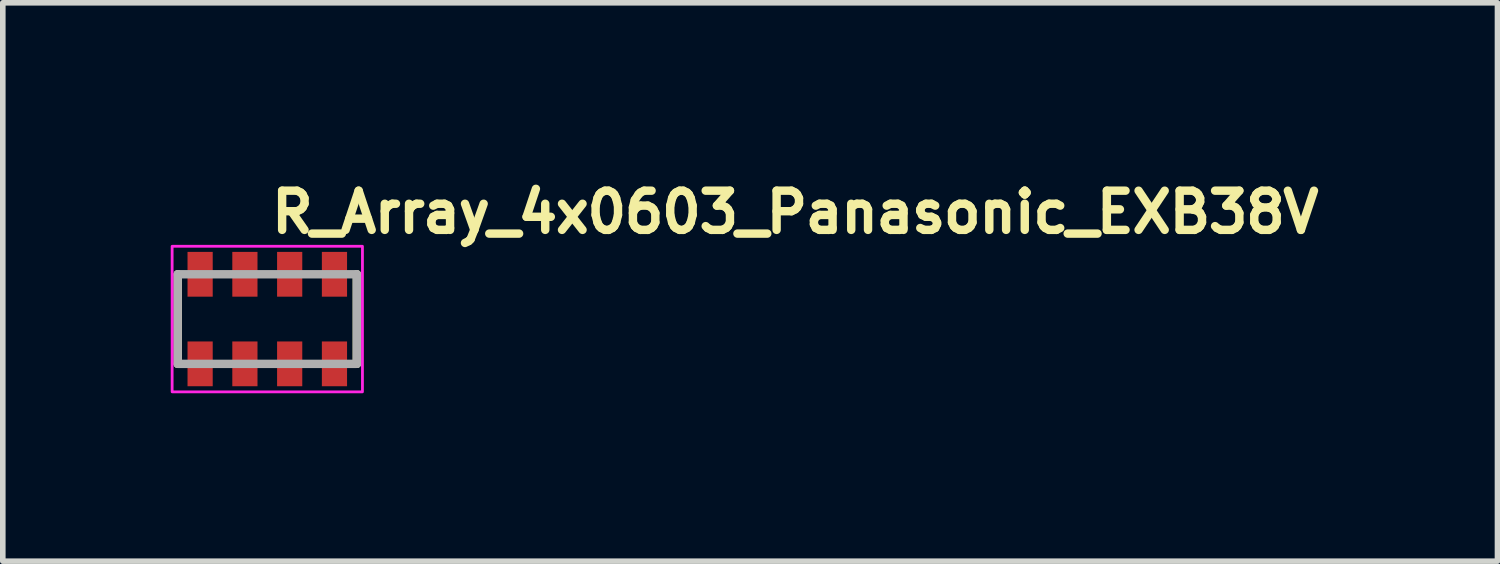
<source format=kicad_pcb>
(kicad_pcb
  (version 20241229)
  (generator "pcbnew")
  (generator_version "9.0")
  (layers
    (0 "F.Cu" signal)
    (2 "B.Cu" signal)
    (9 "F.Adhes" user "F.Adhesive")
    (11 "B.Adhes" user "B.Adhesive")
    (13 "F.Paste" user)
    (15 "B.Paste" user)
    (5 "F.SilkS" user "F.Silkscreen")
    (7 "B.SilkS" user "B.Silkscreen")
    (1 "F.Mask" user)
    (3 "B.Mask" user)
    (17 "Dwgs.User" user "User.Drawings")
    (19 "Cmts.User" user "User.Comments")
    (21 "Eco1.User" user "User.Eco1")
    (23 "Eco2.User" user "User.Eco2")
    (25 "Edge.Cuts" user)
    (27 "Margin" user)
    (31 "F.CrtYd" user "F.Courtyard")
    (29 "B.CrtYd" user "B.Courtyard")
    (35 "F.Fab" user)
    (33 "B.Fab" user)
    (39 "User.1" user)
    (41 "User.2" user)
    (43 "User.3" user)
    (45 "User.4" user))
  (footprint "R_Array_4x0603_Panasonic_EXB38V"
    (layer "F.Cu")
    (at 1.725 2.65)
    (property "Reference" "R_Array_4x0603_Panasonic_EXB38V" (at 0 -1.5 0) (layer "F.SilkS") (effects (font (size 0.7 0.7) (thickness 0.15)) (justify left bottom)))
    (attr smd)
    (fp_line (start -1.6 -0.8) (end -1.6 0.8) (stroke (width 0.15) (type solid)) (layer "F.SilkS"))
    (fp_line (start 1.6 -0.8) (end 1.6 0.8) (stroke (width 0.15) (type solid)) (layer "F.SilkS"))
    (fp_rect (start -1.7 -1.3) (end 1.7 1.3) (stroke (width 0.05) (type solid)) (fill no) (layer "F.CrtYd"))
    (fp_line (start -1.6 -0.8) (end 1.6 -0.8) (stroke (width 0.15) (type solid)) (layer "F.Fab"))
    (fp_line (start -1.6 0.8) (end -1.6 -0.8) (stroke (width 0.15) (type solid)) (layer "F.Fab"))
    (fp_line (start 1.6 -0.8) (end 1.6 0.8) (stroke (width 0.15) (type solid)) (layer "F.Fab"))
    (fp_line (start 1.6 0.8) (end -1.6 0.8) (stroke (width 0.15) (type solid)) (layer "F.Fab"))
    (fp_rect (start -1.6 -0.8) (end 1.6 0.8) (stroke (width 0.1) (type solid)) (fill no) (layer "User.5"))
    (fp_line (start -1.6 -0.8) (end -1.5 -0.8) (stroke (width 0.02) (type solid)) (layer "User.9"))
    (fp_line (start -1.6 -0.5) (end -1.6 -0.8) (stroke (width 0.02) (type solid)) (layer "User.9"))
    (fp_line (start -1.6 -0.5) (end 1.6 -0.5) (stroke (width 0.02) (type solid)) (layer "User.9"))
    (fp_line (start -1.6 0.5) (end -1.6 -0.5) (stroke (width 0.02) (type solid)) (layer "User.9"))
    (fp_line (start -1.6 0.8) (end -1.6 0.5) (stroke (width 0.02) (type solid)) (layer "User.9"))
    (fp_line (start -1.6 0.8) (end -1.5 0.8) (stroke (width 0.02) (type solid)) (layer "User.9"))
    (fp_line (start -1.5 -0.8) (end -1.5 -0.5) (stroke (width 0.02) (type solid)) (layer "User.9"))
    (fp_line (start -1.5 0.5) (end -1.5 0.8) (stroke (width 0.02) (type solid)) (layer "User.9"))
    (fp_line (start -1.5 0.8) (end -1.36 0.8) (stroke (width 0.02) (type solid)) (layer "User.9"))
    (fp_line (start -1.36 -0.8) (end -1.5 -0.8) (stroke (width 0.02) (type solid)) (layer "User.9"))
    (fp_line (start -1.36 -0.795) (end -1.36 -0.8) (stroke (width 0.02) (type solid)) (layer "User.9"))
    (fp_line (start -1.36 -0.789) (end -1.36 -0.795) (stroke (width 0.02) (type solid)) (layer "User.9"))
    (fp_line (start -1.36 0.789) (end -1.359 0.779) (stroke (width 0.02) (type solid)) (layer "User.9"))
    (fp_line (start -1.36 0.8) (end -1.36 0.789) (stroke (width 0.02) (type solid)) (layer "User.9"))
    (fp_line (start -1.359 -0.784) (end -1.36 -0.789) (stroke (width 0.02) (type solid)) (layer "User.9"))
    (fp_line (start -1.359 -0.779) (end -1.359 -0.784) (stroke (width 0.02) (type solid)) (layer "User.9"))
    (fp_line (start -1.359 0.779) (end -1.357 0.768) (stroke (width 0.02) (type solid)) (layer "User.9"))
    (fp_line (start -1.358 -0.774) (end -1.359 -0.779) (stroke (width 0.02) (type solid)) (layer "User.9"))
    (fp_line (start -1.357 -0.768) (end -1.358 -0.774) (stroke (width 0.02) (type solid)) (layer "User.9"))
    (fp_line (start -1.357 0.768) (end -1.354 0.758) (stroke (width 0.02) (type solid)) (layer "User.9"))
    (fp_line (start -1.356 -0.763) (end -1.357 -0.768) (stroke (width 0.02) (type solid)) (layer "User.9"))
    (fp_line (start -1.354 -0.758) (end -1.356 -0.763) (stroke (width 0.02) (type solid)) (layer "User.9"))
    (fp_line (start -1.354 0.758) (end -1.351 0.748) (stroke (width 0.02) (type solid)) (layer "User.9"))
    (fp_line (start -1.353 -0.753) (end -1.354 -0.758) (stroke (width 0.02) (type solid)) (layer "User.9"))
    (fp_line (start -1.351 -0.748) (end -1.353 -0.753) (stroke (width 0.02) (type solid)) (layer "User.9"))
    (fp_line (start -1.351 0.748) (end -1.348 0.739) (stroke (width 0.02) (type solid)) (layer "User.9"))
    (fp_line (start -1.35 -0.743) (end -1.351 -0.748) (stroke (width 0.02) (type solid)) (layer "User.9"))
    (fp_line (start -1.348 -0.739) (end -1.35 -0.743) (stroke (width 0.02) (type solid)) (layer "User.9"))
    (fp_line (start -1.348 0.739) (end -1.343 0.729) (stroke (width 0.02) (type solid)) (layer "User.9"))
    (fp_line (start -1.346 -0.734) (end -1.348 -0.739) (stroke (width 0.02) (type solid)) (layer "User.9"))
    (fp_line (start -1.343 -0.729) (end -1.346 -0.734) (stroke (width 0.02) (type solid)) (layer "User.9"))
    (fp_line (start -1.343 0.729) (end -1.339 0.72) (stroke (width 0.02) (type solid)) (layer "User.9"))
    (fp_line (start -1.341 -0.725) (end -1.343 -0.729) (stroke (width 0.02) (type solid)) (layer "User.9"))
    (fp_line (start -1.339 -0.72) (end -1.341 -0.725) (stroke (width 0.02) (type solid)) (layer "User.9"))
    (fp_line (start -1.339 0.72) (end -1.333 0.711) (stroke (width 0.02) (type solid)) (layer "User.9"))
    (fp_line (start -1.336 -0.716) (end -1.339 -0.72) (stroke (width 0.02) (type solid)) (layer "User.9"))
    (fp_line (start -1.333 -0.711) (end -1.336 -0.716) (stroke (width 0.02) (type solid)) (layer "User.9"))
    (fp_line (start -1.333 0.711) (end -1.327 0.703) (stroke (width 0.02) (type solid)) (layer "User.9"))
    (fp_line (start -1.33 -0.707) (end -1.333 -0.711) (stroke (width 0.02) (type solid)) (layer "User.9"))
    (fp_line (start -1.327 -0.703) (end -1.33 -0.707) (stroke (width 0.02) (type solid)) (layer "User.9"))
    (fp_line (start -1.327 0.703) (end -1.32 0.695) (stroke (width 0.02) (type solid)) (layer "User.9"))
    (fp_line (start -1.324 -0.699) (end -1.327 -0.703) (stroke (width 0.02) (type solid)) (layer "User.9"))
    (fp_line (start -1.32 -0.695) (end -1.324 -0.699) (stroke (width 0.02) (type solid)) (layer "User.9"))
    (fp_line (start -1.32 0.695) (end -1.313 0.687) (stroke (width 0.02) (type solid)) (layer "User.9"))
    (fp_line (start -1.317 -0.691) (end -1.32 -0.695) (stroke (width 0.02) (type solid)) (layer "User.9"))
    (fp_line (start -1.313 -0.687) (end -1.317 -0.691) (stroke (width 0.02) (type solid)) (layer "User.9"))
    (fp_line (start -1.313 0.687) (end -1.306 0.68) (stroke (width 0.02) (type solid)) (layer "User.9"))
    (fp_line (start -1.31 -0.683) (end -1.313 -0.687) (stroke (width 0.02) (type solid)) (layer "User.9"))
    (fp_line (start -1.306 -0.68) (end -1.31 -0.683) (stroke (width 0.02) (type solid)) (layer "User.9"))
    (fp_line (start -1.306 0.68) (end -1.298 0.673) (stroke (width 0.02) (type solid)) (layer "User.9"))
    (fp_line (start -1.302 -0.677) (end -1.306 -0.68) (stroke (width 0.02) (type solid)) (layer "User.9"))
    (fp_line (start -1.298 -0.673) (end -1.302 -0.677) (stroke (width 0.02) (type solid)) (layer "User.9"))
    (fp_line (start -1.298 0.673) (end -1.289 0.667) (stroke (width 0.02) (type solid)) (layer "User.9"))
    (fp_line (start -1.293 -0.67) (end -1.298 -0.673) (stroke (width 0.02) (type solid)) (layer "User.9"))
    (fp_line (start -1.289 -0.667) (end -1.293 -0.67) (stroke (width 0.02) (type solid)) (layer "User.9"))
    (fp_line (start -1.289 0.667) (end -1.28 0.661) (stroke (width 0.02) (type solid)) (layer "User.9"))
    (fp_line (start -1.285 -0.664) (end -1.289 -0.667) (stroke (width 0.02) (type solid)) (layer "User.9"))
    (fp_line (start -1.28 -0.661) (end -1.285 -0.664) (stroke (width 0.02) (type solid)) (layer "User.9"))
    (fp_line (start -1.28 -0.661) (end -1.28 -0.661) (stroke (width 0.02) (type solid)) (layer "User.9"))
    (fp_line (start -1.28 0.661) (end -1.28 0.661) (stroke (width 0.02) (type solid)) (layer "User.9"))
    (fp_line (start -1.28 0.661) (end -1.271 0.656) (stroke (width 0.02) (type solid)) (layer "User.9"))
    (fp_line (start -1.271 -0.656) (end -1.28 -0.661) (stroke (width 0.02) (type solid)) (layer "User.9"))
    (fp_line (start -1.271 0.656) (end -1.261 0.652) (stroke (width 0.02) (type solid)) (layer "User.9"))
    (fp_line (start -1.261 -0.652) (end -1.271 -0.656) (stroke (width 0.02) (type solid)) (layer "User.9"))
    (fp_line (start -1.261 0.652) (end -1.251 0.648) (stroke (width 0.02) (type solid)) (layer "User.9"))
    (fp_line (start -1.251 -0.648) (end -1.261 -0.652) (stroke (width 0.02) (type solid)) (layer "User.9"))
    (fp_line (start -1.251 0.648) (end -1.241 0.645) (stroke (width 0.02) (type solid)) (layer "User.9"))
    (fp_line (start -1.241 -0.645) (end -1.251 -0.648) (stroke (width 0.02) (type solid)) (layer "User.9"))
    (fp_line (start -1.241 0.645) (end -1.231 0.643) (stroke (width 0.02) (type solid)) (layer "User.9"))
    (fp_line (start -1.231 -0.643) (end -1.241 -0.645) (stroke (width 0.02) (type solid)) (layer "User.9"))
    (fp_line (start -1.231 0.643) (end -1.221 0.641) (stroke (width 0.02) (type solid)) (layer "User.9"))
    (fp_line (start -1.221 -0.641) (end -1.231 -0.643) (stroke (width 0.02) (type solid)) (layer "User.9"))
    (fp_line (start -1.221 0.641) (end -1.21 0.64) (stroke (width 0.02) (type solid)) (layer "User.9"))
    (fp_line (start -1.21 -0.64) (end -1.221 -0.641) (stroke (width 0.02) (type solid)) (layer "User.9"))
    (fp_line (start -1.21 0.64) (end -1.2 0.64) (stroke (width 0.02) (type solid)) (layer "User.9"))
    (fp_line (start -1.2 -0.64) (end -1.21 -0.64) (stroke (width 0.02) (type solid)) (layer "User.9"))
    (fp_line (start -1.2 0.64) (end -1.19 0.64) (stroke (width 0.02) (type solid)) (layer "User.9"))
    (fp_line (start -1.19 -0.64) (end -1.2 -0.64) (stroke (width 0.02) (type solid)) (layer "User.9"))
    (fp_line (start -1.19 0.64) (end -1.179 0.641) (stroke (width 0.02) (type solid)) (layer "User.9"))
    (fp_line (start -1.179 -0.641) (end -1.19 -0.64) (stroke (width 0.02) (type solid)) (layer "User.9"))
    (fp_line (start -1.179 0.641) (end -1.169 0.643) (stroke (width 0.02) (type solid)) (layer "User.9"))
    (fp_line (start -1.169 -0.643) (end -1.179 -0.641) (stroke (width 0.02) (type solid)) (layer "User.9"))
    (fp_line (start -1.169 0.643) (end -1.159 0.645) (stroke (width 0.02) (type solid)) (layer "User.9"))
    (fp_line (start -1.159 -0.645) (end -1.169 -0.643) (stroke (width 0.02) (type solid)) (layer "User.9"))
    (fp_line (start -1.159 0.645) (end -1.149 0.648) (stroke (width 0.02) (type solid)) (layer "User.9"))
    (fp_line (start -1.149 -0.648) (end -1.159 -0.645) (stroke (width 0.02) (type solid)) (layer "User.9"))
    (fp_line (start -1.149 0.648) (end -1.139 0.652) (stroke (width 0.02) (type solid)) (layer "User.9"))
    (fp_line (start -1.139 -0.652) (end -1.149 -0.648) (stroke (width 0.02) (type solid)) (layer "User.9"))
    (fp_line (start -1.139 0.652) (end -1.129 0.656) (stroke (width 0.02) (type solid)) (layer "User.9"))
    (fp_line (start -1.129 -0.656) (end -1.139 -0.652) (stroke (width 0.02) (type solid)) (layer "User.9"))
    (fp_line (start -1.129 0.656) (end -1.12 0.661) (stroke (width 0.02) (type solid)) (layer "User.9"))
    (fp_line (start -1.12 -0.661) (end -1.129 -0.656) (stroke (width 0.02) (type solid)) (layer "User.9"))
    (fp_line (start -1.12 -0.661) (end -1.12 -0.661) (stroke (width 0.02) (type solid)) (layer "User.9"))
    (fp_line (start -1.12 0.661) (end -1.12 0.661) (stroke (width 0.02) (type solid)) (layer "User.9"))
    (fp_line (start -1.12 0.661) (end -1.115 0.664) (stroke (width 0.02) (type solid)) (layer "User.9"))
    (fp_line (start -1.115 0.664) (end -1.111 0.667) (stroke (width 0.02) (type solid)) (layer "User.9"))
    (fp_line (start -1.111 -0.667) (end -1.12 -0.661) (stroke (width 0.02) (type solid)) (layer "User.9"))
    (fp_line (start -1.111 0.667) (end -1.107 0.67) (stroke (width 0.02) (type solid)) (layer "User.9"))
    (fp_line (start -1.107 0.67) (end -1.102 0.673) (stroke (width 0.02) (type solid)) (layer "User.9"))
    (fp_line (start -1.102 -0.673) (end -1.111 -0.667) (stroke (width 0.02) (type solid)) (layer "User.9"))
    (fp_line (start -1.102 0.673) (end -1.098 0.677) (stroke (width 0.02) (type solid)) (layer "User.9"))
    (fp_line (start -1.098 0.677) (end -1.094 0.68) (stroke (width 0.02) (type solid)) (layer "User.9"))
    (fp_line (start -1.094 -0.68) (end -1.102 -0.673) (stroke (width 0.02) (type solid)) (layer "User.9"))
    (fp_line (start -1.094 0.68) (end -1.09 0.683) (stroke (width 0.02) (type solid)) (layer "User.9"))
    (fp_line (start -1.09 0.683) (end -1.087 0.687) (stroke (width 0.02) (type solid)) (layer "User.9"))
    (fp_line (start -1.087 -0.687) (end -1.094 -0.68) (stroke (width 0.02) (type solid)) (layer "User.9"))
    (fp_line (start -1.087 0.687) (end -1.083 0.691) (stroke (width 0.02) (type solid)) (layer "User.9"))
    (fp_line (start -1.083 0.691) (end -1.08 0.695) (stroke (width 0.02) (type solid)) (layer "User.9"))
    (fp_line (start -1.08 -0.695) (end -1.087 -0.687) (stroke (width 0.02) (type solid)) (layer "User.9"))
    (fp_line (start -1.08 0.695) (end -1.076 0.699) (stroke (width 0.02) (type solid)) (layer "User.9"))
    (fp_line (start -1.076 0.699) (end -1.073 0.703) (stroke (width 0.02) (type solid)) (layer "User.9"))
    (fp_line (start -1.073 -0.703) (end -1.08 -0.695) (stroke (width 0.02) (type solid)) (layer "User.9"))
    (fp_line (start -1.073 0.703) (end -1.07 0.707) (stroke (width 0.02) (type solid)) (layer "User.9"))
    (fp_line (start -1.07 0.707) (end -1.067 0.711) (stroke (width 0.02) (type solid)) (layer "User.9"))
    (fp_line (start -1.067 -0.711) (end -1.073 -0.703) (stroke (width 0.02) (type solid)) (layer "User.9"))
    (fp_line (start -1.067 0.711) (end -1.064 0.716) (stroke (width 0.02) (type solid)) (layer "User.9"))
    (fp_line (start -1.064 0.716) (end -1.061 0.72) (stroke (width 0.02) (type solid)) (layer "User.9"))
    (fp_line (start -1.061 -0.72) (end -1.067 -0.711) (stroke (width 0.02) (type solid)) (layer "User.9"))
    (fp_line (start -1.061 0.72) (end -1.059 0.725) (stroke (width 0.02) (type solid)) (layer "User.9"))
    (fp_line (start -1.059 0.725) (end -1.057 0.729) (stroke (width 0.02) (type solid)) (layer "User.9"))
    (fp_line (start -1.057 -0.729) (end -1.061 -0.72) (stroke (width 0.02) (type solid)) (layer "User.9"))
    (fp_line (start -1.057 0.729) (end -1.054 0.734) (stroke (width 0.02) (type solid)) (layer "User.9"))
    (fp_line (start -1.054 0.734) (end -1.052 0.739) (stroke (width 0.02) (type solid)) (layer "User.9"))
    (fp_line (start -1.052 -0.739) (end -1.057 -0.729) (stroke (width 0.02) (type solid)) (layer "User.9"))
    (fp_line (start -1.052 0.739) (end -1.05 0.743) (stroke (width 0.02) (type solid)) (layer "User.9"))
    (fp_line (start -1.05 0.743) (end -1.049 0.748) (stroke (width 0.02) (type solid)) (layer "User.9"))
    (fp_line (start -1.049 -0.748) (end -1.052 -0.739) (stroke (width 0.02) (type solid)) (layer "User.9"))
    (fp_line (start -1.049 0.748) (end -1.047 0.753) (stroke (width 0.02) (type solid)) (layer "User.9"))
    (fp_line (start -1.047 0.753) (end -1.046 0.758) (stroke (width 0.02) (type solid)) (layer "User.9"))
    (fp_line (start -1.046 -0.758) (end -1.049 -0.748) (stroke (width 0.02) (type solid)) (layer "User.9"))
    (fp_line (start -1.046 0.758) (end -1.044 0.763) (stroke (width 0.02) (type solid)) (layer "User.9"))
    (fp_line (start -1.044 0.763) (end -1.043 0.768) (stroke (width 0.02) (type solid)) (layer "User.9"))
    (fp_line (start -1.043 -0.768) (end -1.046 -0.758) (stroke (width 0.02) (type solid)) (layer "User.9"))
    (fp_line (start -1.043 0.768) (end -1.042 0.774) (stroke (width 0.02) (type solid)) (layer "User.9"))
    (fp_line (start -1.042 0.774) (end -1.041 0.779) (stroke (width 0.02) (type solid)) (layer "User.9"))
    (fp_line (start -1.041 -0.779) (end -1.043 -0.768) (stroke (width 0.02) (type solid)) (layer "User.9"))
    (fp_line (start -1.041 0.779) (end -1.041 0.784) (stroke (width 0.02) (type solid)) (layer "User.9"))
    (fp_line (start -1.041 0.784) (end -1.04 0.789) (stroke (width 0.02) (type solid)) (layer "User.9"))
    (fp_line (start -1.04 -0.8) (end -1.04 -0.789) (stroke (width 0.02) (type solid)) (layer "User.9"))
    (fp_line (start -1.04 -0.789) (end -1.041 -0.779) (stroke (width 0.02) (type solid)) (layer "User.9"))
    (fp_line (start -1.04 0.789) (end -1.04 0.795) (stroke (width 0.02) (type solid)) (layer "User.9"))
    (fp_line (start -1.04 0.795) (end -1.04 0.8) (stroke (width 0.02) (type solid)) (layer "User.9"))
    (fp_line (start -1.04 0.8) (end -0.9 0.8) (stroke (width 0.02) (type solid)) (layer "User.9"))
    (fp_line (start -0.9 -0.8) (end -1.04 -0.8) (stroke (width 0.02) (type solid)) (layer "User.9"))
    (fp_line (start -0.9 -0.8) (end -0.7 -0.8) (stroke (width 0.02) (type solid)) (layer "User.9"))
    (fp_line (start -0.9 -0.5) (end -0.9 -0.8) (stroke (width 0.02) (type solid)) (layer "User.9"))
    (fp_line (start -0.9 0.8) (end -0.9 0.5) (stroke (width 0.02) (type solid)) (layer "User.9"))
    (fp_line (start -0.9 0.8) (end -0.7 0.8) (stroke (width 0.02) (type solid)) (layer "User.9"))
    (fp_line (start -0.7 -0.8) (end -0.7 -0.5) (stroke (width 0.02) (type solid)) (layer "User.9"))
    (fp_line (start -0.7 0.5) (end -0.7 0.8) (stroke (width 0.02) (type solid)) (layer "User.9"))
    (fp_line (start -0.7 0.8) (end -0.56 0.8) (stroke (width 0.02) (type solid)) (layer "User.9"))
    (fp_line (start -0.56 -0.8) (end -0.7 -0.8) (stroke (width 0.02) (type solid)) (layer "User.9"))
    (fp_line (start -0.56 -0.795) (end -0.56 -0.8) (stroke (width 0.02) (type solid)) (layer "User.9"))
    (fp_line (start -0.56 -0.789) (end -0.56 -0.795) (stroke (width 0.02) (type solid)) (layer "User.9"))
    (fp_line (start -0.56 0.789) (end -0.559 0.779) (stroke (width 0.02) (type solid)) (layer "User.9"))
    (fp_line (start -0.56 0.8) (end -0.56 0.789) (stroke (width 0.02) (type solid)) (layer "User.9"))
    (fp_line (start -0.559 -0.784) (end -0.56 -0.789) (stroke (width 0.02) (type solid)) (layer "User.9"))
    (fp_line (start -0.559 -0.779) (end -0.559 -0.784) (stroke (width 0.02) (type solid)) (layer "User.9"))
    (fp_line (start -0.559 0.779) (end -0.557 0.768) (stroke (width 0.02) (type solid)) (layer "User.9"))
    (fp_line (start -0.558 -0.774) (end -0.559 -0.779) (stroke (width 0.02) (type solid)) (layer "User.9"))
    (fp_line (start -0.557 -0.768) (end -0.558 -0.774) (stroke (width 0.02) (type solid)) (layer "User.9"))
    (fp_line (start -0.557 0.768) (end -0.554 0.758) (stroke (width 0.02) (type solid)) (layer "User.9"))
    (fp_line (start -0.556 -0.763) (end -0.557 -0.768) (stroke (width 0.02) (type solid)) (layer "User.9"))
    (fp_line (start -0.554 -0.758) (end -0.556 -0.763) (stroke (width 0.02) (type solid)) (layer "User.9"))
    (fp_line (start -0.554 0.758) (end -0.551 0.748) (stroke (width 0.02) (type solid)) (layer "User.9"))
    (fp_line (start -0.553 -0.753) (end -0.554 -0.758) (stroke (width 0.02) (type solid)) (layer "User.9"))
    (fp_line (start -0.551 -0.748) (end -0.553 -0.753) (stroke (width 0.02) (type solid)) (layer "User.9"))
    (fp_line (start -0.551 0.748) (end -0.548 0.739) (stroke (width 0.02) (type solid)) (layer "User.9"))
    (fp_line (start -0.55 -0.743) (end -0.551 -0.748) (stroke (width 0.02) (type solid)) (layer "User.9"))
    (fp_line (start -0.548 -0.739) (end -0.55 -0.743) (stroke (width 0.02) (type solid)) (layer "User.9"))
    (fp_line (start -0.548 0.739) (end -0.543 0.729) (stroke (width 0.02) (type solid)) (layer "User.9"))
    (fp_line (start -0.546 -0.734) (end -0.548 -0.739) (stroke (width 0.02) (type solid)) (layer "User.9"))
    (fp_line (start -0.543 -0.729) (end -0.546 -0.734) (stroke (width 0.02) (type solid)) (layer "User.9"))
    (fp_line (start -0.543 0.729) (end -0.539 0.72) (stroke (width 0.02) (type solid)) (layer "User.9"))
    (fp_line (start -0.541 -0.725) (end -0.543 -0.729) (stroke (width 0.02) (type solid)) (layer "User.9"))
    (fp_line (start -0.539 -0.72) (end -0.541 -0.725) (stroke (width 0.02) (type solid)) (layer "User.9"))
    (fp_line (start -0.539 0.72) (end -0.533 0.711) (stroke (width 0.02) (type solid)) (layer "User.9"))
    (fp_line (start -0.536 -0.716) (end -0.539 -0.72) (stroke (width 0.02) (type solid)) (layer "User.9"))
    (fp_line (start -0.533 -0.711) (end -0.536 -0.716) (stroke (width 0.02) (type solid)) (layer "User.9"))
    (fp_line (start -0.533 0.711) (end -0.527 0.703) (stroke (width 0.02) (type solid)) (layer "User.9"))
    (fp_line (start -0.53 -0.707) (end -0.533 -0.711) (stroke (width 0.02) (type solid)) (layer "User.9"))
    (fp_line (start -0.527 -0.703) (end -0.53 -0.707) (stroke (width 0.02) (type solid)) (layer "User.9"))
    (fp_line (start -0.527 0.703) (end -0.52 0.695) (stroke (width 0.02) (type solid)) (layer "User.9"))
    (fp_line (start -0.524 -0.699) (end -0.527 -0.703) (stroke (width 0.02) (type solid)) (layer "User.9"))
    (fp_line (start -0.52 -0.695) (end -0.524 -0.699) (stroke (width 0.02) (type solid)) (layer "User.9"))
    (fp_line (start -0.52 0.695) (end -0.513 0.687) (stroke (width 0.02) (type solid)) (layer "User.9"))
    (fp_line (start -0.517 -0.691) (end -0.52 -0.695) (stroke (width 0.02) (type solid)) (layer "User.9"))
    (fp_line (start -0.513 -0.687) (end -0.517 -0.691) (stroke (width 0.02) (type solid)) (layer "User.9"))
    (fp_line (start -0.513 0.687) (end -0.506 0.68) (stroke (width 0.02) (type solid)) (layer "User.9"))
    (fp_line (start -0.51 -0.683) (end -0.513 -0.687) (stroke (width 0.02) (type solid)) (layer "User.9"))
    (fp_line (start -0.506 -0.68) (end -0.51 -0.683) (stroke (width 0.02) (type solid)) (layer "User.9"))
    (fp_line (start -0.506 0.68) (end -0.498 0.673) (stroke (width 0.02) (type solid)) (layer "User.9"))
    (fp_line (start -0.502 -0.677) (end -0.506 -0.68) (stroke (width 0.02) (type solid)) (layer "User.9"))
    (fp_line (start -0.498 -0.673) (end -0.502 -0.677) (stroke (width 0.02) (type solid)) (layer "User.9"))
    (fp_line (start -0.498 0.673) (end -0.489 0.667) (stroke (width 0.02) (type solid)) (layer "User.9"))
    (fp_line (start -0.493 -0.67) (end -0.498 -0.673) (stroke (width 0.02) (type solid)) (layer "User.9"))
    (fp_line (start -0.489 -0.667) (end -0.493 -0.67) (stroke (width 0.02) (type solid)) (layer "User.9"))
    (fp_line (start -0.489 0.667) (end -0.48 0.661) (stroke (width 0.02) (type solid)) (layer "User.9"))
    (fp_line (start -0.485 -0.664) (end -0.489 -0.667) (stroke (width 0.02) (type solid)) (layer "User.9"))
    (fp_line (start -0.48 -0.661) (end -0.485 -0.664) (stroke (width 0.02) (type solid)) (layer "User.9"))
    (fp_line (start -0.48 -0.661) (end -0.48 -0.661) (stroke (width 0.02) (type solid)) (layer "User.9"))
    (fp_line (start -0.48 0.661) (end -0.48 0.661) (stroke (width 0.02) (type solid)) (layer "User.9"))
    (fp_line (start -0.48 0.661) (end -0.471 0.656) (stroke (width 0.02) (type solid)) (layer "User.9"))
    (fp_line (start -0.471 -0.656) (end -0.48 -0.661) (stroke (width 0.02) (type solid)) (layer "User.9"))
    (fp_line (start -0.471 0.656) (end -0.461 0.652) (stroke (width 0.02) (type solid)) (layer "User.9"))
    (fp_line (start -0.461 -0.652) (end -0.471 -0.656) (stroke (width 0.02) (type solid)) (layer "User.9"))
    (fp_line (start -0.461 0.652) (end -0.451 0.648) (stroke (width 0.02) (type solid)) (layer "User.9"))
    (fp_line (start -0.451 -0.648) (end -0.461 -0.652) (stroke (width 0.02) (type solid)) (layer "User.9"))
    (fp_line (start -0.451 0.648) (end -0.441 0.645) (stroke (width 0.02) (type solid)) (layer "User.9"))
    (fp_line (start -0.441 -0.645) (end -0.451 -0.648) (stroke (width 0.02) (type solid)) (layer "User.9"))
    (fp_line (start -0.441 0.645) (end -0.431 0.643) (stroke (width 0.02) (type solid)) (layer "User.9"))
    (fp_line (start -0.431 -0.643) (end -0.441 -0.645) (stroke (width 0.02) (type solid)) (layer "User.9"))
    (fp_line (start -0.431 0.643) (end -0.421 0.641) (stroke (width 0.02) (type solid)) (layer "User.9"))
    (fp_line (start -0.421 -0.641) (end -0.431 -0.643) (stroke (width 0.02) (type solid)) (layer "User.9"))
    (fp_line (start -0.421 0.641) (end -0.41 0.64) (stroke (width 0.02) (type solid)) (layer "User.9"))
    (fp_line (start -0.41 -0.64) (end -0.421 -0.641) (stroke (width 0.02) (type solid)) (layer "User.9"))
    (fp_line (start -0.41 0.64) (end -0.4 0.64) (stroke (width 0.02) (type solid)) (layer "User.9"))
    (fp_line (start -0.4 -0.64) (end -0.41 -0.64) (stroke (width 0.02) (type solid)) (layer "User.9"))
    (fp_line (start -0.4 0.64) (end -0.39 0.64) (stroke (width 0.02) (type solid)) (layer "User.9"))
    (fp_line (start -0.39 -0.64) (end -0.4 -0.64) (stroke (width 0.02) (type solid)) (layer "User.9"))
    (fp_line (start -0.39 0.64) (end -0.379 0.641) (stroke (width 0.02) (type solid)) (layer "User.9"))
    (fp_line (start -0.379 -0.641) (end -0.39 -0.64) (stroke (width 0.02) (type solid)) (layer "User.9"))
    (fp_line (start -0.379 0.641) (end -0.369 0.643) (stroke (width 0.02) (type solid)) (layer "User.9"))
    (fp_line (start -0.369 -0.643) (end -0.379 -0.641) (stroke (width 0.02) (type solid)) (layer "User.9"))
    (fp_line (start -0.369 0.643) (end -0.359 0.645) (stroke (width 0.02) (type solid)) (layer "User.9"))
    (fp_line (start -0.359 -0.645) (end -0.369 -0.643) (stroke (width 0.02) (type solid)) (layer "User.9"))
    (fp_line (start -0.359 0.645) (end -0.349 0.648) (stroke (width 0.02) (type solid)) (layer "User.9"))
    (fp_line (start -0.349 -0.648) (end -0.359 -0.645) (stroke (width 0.02) (type solid)) (layer "User.9"))
    (fp_line (start -0.349 0.648) (end -0.339 0.652) (stroke (width 0.02) (type solid)) (layer "User.9"))
    (fp_line (start -0.339 -0.652) (end -0.349 -0.648) (stroke (width 0.02) (type solid)) (layer "User.9"))
    (fp_line (start -0.339 0.652) (end -0.329 0.656) (stroke (width 0.02) (type solid)) (layer "User.9"))
    (fp_line (start -0.329 -0.656) (end -0.339 -0.652) (stroke (width 0.02) (type solid)) (layer "User.9"))
    (fp_line (start -0.329 0.656) (end -0.32 0.661) (stroke (width 0.02) (type solid)) (layer "User.9"))
    (fp_line (start -0.32 -0.661) (end -0.329 -0.656) (stroke (width 0.02) (type solid)) (layer "User.9"))
    (fp_line (start -0.32 -0.661) (end -0.32 -0.661) (stroke (width 0.02) (type solid)) (layer "User.9"))
    (fp_line (start -0.32 0.661) (end -0.32 0.661) (stroke (width 0.02) (type solid)) (layer "User.9"))
    (fp_line (start -0.32 0.661) (end -0.315 0.664) (stroke (width 0.02) (type solid)) (layer "User.9"))
    (fp_line (start -0.315 0.664) (end -0.311 0.667) (stroke (width 0.02) (type solid)) (layer "User.9"))
    (fp_line (start -0.311 -0.667) (end -0.32 -0.661) (stroke (width 0.02) (type solid)) (layer "User.9"))
    (fp_line (start -0.311 0.667) (end -0.307 0.67) (stroke (width 0.02) (type solid)) (layer "User.9"))
    (fp_line (start -0.307 0.67) (end -0.302 0.673) (stroke (width 0.02) (type solid)) (layer "User.9"))
    (fp_line (start -0.302 -0.673) (end -0.311 -0.667) (stroke (width 0.02) (type solid)) (layer "User.9"))
    (fp_line (start -0.302 0.673) (end -0.298 0.677) (stroke (width 0.02) (type solid)) (layer "User.9"))
    (fp_line (start -0.298 0.677) (end -0.294 0.68) (stroke (width 0.02) (type solid)) (layer "User.9"))
    (fp_line (start -0.294 -0.68) (end -0.302 -0.673) (stroke (width 0.02) (type solid)) (layer "User.9"))
    (fp_line (start -0.294 0.68) (end -0.29 0.683) (stroke (width 0.02) (type solid)) (layer "User.9"))
    (fp_line (start -0.29 0.683) (end -0.287 0.687) (stroke (width 0.02) (type solid)) (layer "User.9"))
    (fp_line (start -0.287 -0.687) (end -0.294 -0.68) (stroke (width 0.02) (type solid)) (layer "User.9"))
    (fp_line (start -0.287 0.687) (end -0.283 0.691) (stroke (width 0.02) (type solid)) (layer "User.9"))
    (fp_line (start -0.283 0.691) (end -0.28 0.695) (stroke (width 0.02) (type solid)) (layer "User.9"))
    (fp_line (start -0.28 -0.695) (end -0.287 -0.687) (stroke (width 0.02) (type solid)) (layer "User.9"))
    (fp_line (start -0.28 0.695) (end -0.276 0.699) (stroke (width 0.02) (type solid)) (layer "User.9"))
    (fp_line (start -0.276 0.699) (end -0.273 0.703) (stroke (width 0.02) (type solid)) (layer "User.9"))
    (fp_line (start -0.273 -0.703) (end -0.28 -0.695) (stroke (width 0.02) (type solid)) (layer "User.9"))
    (fp_line (start -0.273 0.703) (end -0.27 0.707) (stroke (width 0.02) (type solid)) (layer "User.9"))
    (fp_line (start -0.27 0.707) (end -0.267 0.711) (stroke (width 0.02) (type solid)) (layer "User.9"))
    (fp_line (start -0.267 -0.711) (end -0.273 -0.703) (stroke (width 0.02) (type solid)) (layer "User.9"))
    (fp_line (start -0.267 0.711) (end -0.264 0.716) (stroke (width 0.02) (type solid)) (layer "User.9"))
    (fp_line (start -0.264 0.716) (end -0.261 0.72) (stroke (width 0.02) (type solid)) (layer "User.9"))
    (fp_line (start -0.261 -0.72) (end -0.267 -0.711) (stroke (width 0.02) (type solid)) (layer "User.9"))
    (fp_line (start -0.261 0.72) (end -0.259 0.725) (stroke (width 0.02) (type solid)) (layer "User.9"))
    (fp_line (start -0.259 0.725) (end -0.257 0.729) (stroke (width 0.02) (type solid)) (layer "User.9"))
    (fp_line (start -0.257 -0.729) (end -0.261 -0.72) (stroke (width 0.02) (type solid)) (layer "User.9"))
    (fp_line (start -0.257 0.729) (end -0.254 0.734) (stroke (width 0.02) (type solid)) (layer "User.9"))
    (fp_line (start -0.254 0.734) (end -0.252 0.739) (stroke (width 0.02) (type solid)) (layer "User.9"))
    (fp_line (start -0.252 -0.739) (end -0.257 -0.729) (stroke (width 0.02) (type solid)) (layer "User.9"))
    (fp_line (start -0.252 0.739) (end -0.25 0.743) (stroke (width 0.02) (type solid)) (layer "User.9"))
    (fp_line (start -0.25 0.743) (end -0.249 0.748) (stroke (width 0.02) (type solid)) (layer "User.9"))
    (fp_line (start -0.249 -0.748) (end -0.252 -0.739) (stroke (width 0.02) (type solid)) (layer "User.9"))
    (fp_line (start -0.249 0.748) (end -0.247 0.753) (stroke (width 0.02) (type solid)) (layer "User.9"))
    (fp_line (start -0.247 0.753) (end -0.246 0.758) (stroke (width 0.02) (type solid)) (layer "User.9"))
    (fp_line (start -0.246 -0.758) (end -0.249 -0.748) (stroke (width 0.02) (type solid)) (layer "User.9"))
    (fp_line (start -0.246 0.758) (end -0.244 0.763) (stroke (width 0.02) (type solid)) (layer "User.9"))
    (fp_line (start -0.244 0.763) (end -0.243 0.768) (stroke (width 0.02) (type solid)) (layer "User.9"))
    (fp_line (start -0.243 -0.768) (end -0.246 -0.758) (stroke (width 0.02) (type solid)) (layer "User.9"))
    (fp_line (start -0.243 0.768) (end -0.242 0.774) (stroke (width 0.02) (type solid)) (layer "User.9"))
    (fp_line (start -0.242 0.774) (end -0.241 0.779) (stroke (width 0.02) (type solid)) (layer "User.9"))
    (fp_line (start -0.241 -0.779) (end -0.243 -0.768) (stroke (width 0.02) (type solid)) (layer "User.9"))
    (fp_line (start -0.241 0.779) (end -0.241 0.784) (stroke (width 0.02) (type solid)) (layer "User.9"))
    (fp_line (start -0.241 0.784) (end -0.24 0.789) (stroke (width 0.02) (type solid)) (layer "User.9"))
    (fp_line (start -0.24 -0.8) (end -0.24 -0.789) (stroke (width 0.02) (type solid)) (layer "User.9"))
    (fp_line (start -0.24 -0.789) (end -0.241 -0.779) (stroke (width 0.02) (type solid)) (layer "User.9"))
    (fp_line (start -0.24 0.789) (end -0.24 0.795) (stroke (width 0.02) (type solid)) (layer "User.9"))
    (fp_line (start -0.24 0.795) (end -0.24 0.8) (stroke (width 0.02) (type solid)) (layer "User.9"))
    (fp_line (start -0.24 0.8) (end -0.1 0.8) (stroke (width 0.02) (type solid)) (layer "User.9"))
    (fp_line (start -0.1 -0.8) (end -0.24 -0.8) (stroke (width 0.02) (type solid)) (layer "User.9"))
    (fp_line (start -0.1 -0.8) (end 0.1 -0.8) (stroke (width 0.02) (type solid)) (layer "User.9"))
    (fp_line (start -0.1 -0.5) (end -0.1 -0.8) (stroke (width 0.02) (type solid)) (layer "User.9"))
    (fp_line (start -0.1 0.8) (end -0.1 0.5) (stroke (width 0.02) (type solid)) (layer "User.9"))
    (fp_line (start -0.1 0.8) (end 0.1 0.8) (stroke (width 0.02) (type solid)) (layer "User.9"))
    (fp_line (start 0.1 -0.8) (end 0.1 -0.5) (stroke (width 0.02) (type solid)) (layer "User.9"))
    (fp_line (start 0.1 0.5) (end 0.1 0.8) (stroke (width 0.02) (type solid)) (layer "User.9"))
    (fp_line (start 0.1 0.8) (end 0.24 0.8) (stroke (width 0.02) (type solid)) (layer "User.9"))
    (fp_line (start 0.24 -0.8) (end 0.1 -0.8) (stroke (width 0.02) (type solid)) (layer "User.9"))
    (fp_line (start 0.24 -0.795) (end 0.24 -0.8) (stroke (width 0.02) (type solid)) (layer "User.9"))
    (fp_line (start 0.24 -0.789) (end 0.24 -0.795) (stroke (width 0.02) (type solid)) (layer "User.9"))
    (fp_line (start 0.24 0.789) (end 0.241 0.779) (stroke (width 0.02) (type solid)) (layer "User.9"))
    (fp_line (start 0.24 0.8) (end 0.24 0.789) (stroke (width 0.02) (type solid)) (layer "User.9"))
    (fp_line (start 0.241 -0.784) (end 0.24 -0.789) (stroke (width 0.02) (type solid)) (layer "User.9"))
    (fp_line (start 0.241 -0.779) (end 0.241 -0.784) (stroke (width 0.02) (type solid)) (layer "User.9"))
    (fp_line (start 0.241 0.779) (end 0.243 0.768) (stroke (width 0.02) (type solid)) (layer "User.9"))
    (fp_line (start 0.242 -0.774) (end 0.241 -0.779) (stroke (width 0.02) (type solid)) (layer "User.9"))
    (fp_line (start 0.243 -0.768) (end 0.242 -0.774) (stroke (width 0.02) (type solid)) (layer "User.9"))
    (fp_line (start 0.243 0.768) (end 0.246 0.758) (stroke (width 0.02) (type solid)) (layer "User.9"))
    (fp_line (start 0.244 -0.763) (end 0.243 -0.768) (stroke (width 0.02) (type solid)) (layer "User.9"))
    (fp_line (start 0.246 -0.758) (end 0.244 -0.763) (stroke (width 0.02) (type solid)) (layer "User.9"))
    (fp_line (start 0.246 0.758) (end 0.249 0.748) (stroke (width 0.02) (type solid)) (layer "User.9"))
    (fp_line (start 0.247 -0.753) (end 0.246 -0.758) (stroke (width 0.02) (type solid)) (layer "User.9"))
    (fp_line (start 0.249 -0.748) (end 0.247 -0.753) (stroke (width 0.02) (type solid)) (layer "User.9"))
    (fp_line (start 0.249 0.748) (end 0.252 0.739) (stroke (width 0.02) (type solid)) (layer "User.9"))
    (fp_line (start 0.25 -0.743) (end 0.249 -0.748) (stroke (width 0.02) (type solid)) (layer "User.9"))
    (fp_line (start 0.252 -0.739) (end 0.25 -0.743) (stroke (width 0.02) (type solid)) (layer "User.9"))
    (fp_line (start 0.252 0.739) (end 0.257 0.729) (stroke (width 0.02) (type solid)) (layer "User.9"))
    (fp_line (start 0.254 -0.734) (end 0.252 -0.739) (stroke (width 0.02) (type solid)) (layer "User.9"))
    (fp_line (start 0.257 -0.729) (end 0.254 -0.734) (stroke (width 0.02) (type solid)) (layer "User.9"))
    (fp_line (start 0.257 0.729) (end 0.261 0.72) (stroke (width 0.02) (type solid)) (layer "User.9"))
    (fp_line (start 0.259 -0.725) (end 0.257 -0.729) (stroke (width 0.02) (type solid)) (layer "User.9"))
    (fp_line (start 0.261 -0.72) (end 0.259 -0.725) (stroke (width 0.02) (type solid)) (layer "User.9"))
    (fp_line (start 0.261 0.72) (end 0.267 0.711) (stroke (width 0.02) (type solid)) (layer "User.9"))
    (fp_line (start 0.264 -0.716) (end 0.261 -0.72) (stroke (width 0.02) (type solid)) (layer "User.9"))
    (fp_line (start 0.267 -0.711) (end 0.264 -0.716) (stroke (width 0.02) (type solid)) (layer "User.9"))
    (fp_line (start 0.267 0.711) (end 0.273 0.703) (stroke (width 0.02) (type solid)) (layer "User.9"))
    (fp_line (start 0.27 -0.707) (end 0.267 -0.711) (stroke (width 0.02) (type solid)) (layer "User.9"))
    (fp_line (start 0.273 -0.703) (end 0.27 -0.707) (stroke (width 0.02) (type solid)) (layer "User.9"))
    (fp_line (start 0.273 0.703) (end 0.28 0.695) (stroke (width 0.02) (type solid)) (layer "User.9"))
    (fp_line (start 0.276 -0.699) (end 0.273 -0.703) (stroke (width 0.02) (type solid)) (layer "User.9"))
    (fp_line (start 0.28 -0.695) (end 0.276 -0.699) (stroke (width 0.02) (type solid)) (layer "User.9"))
    (fp_line (start 0.28 0.695) (end 0.287 0.687) (stroke (width 0.02) (type solid)) (layer "User.9"))
    (fp_line (start 0.283 -0.691) (end 0.28 -0.695) (stroke (width 0.02) (type solid)) (layer "User.9"))
    (fp_line (start 0.287 -0.687) (end 0.283 -0.691) (stroke (width 0.02) (type solid)) (layer "User.9"))
    (fp_line (start 0.287 0.687) (end 0.294 0.68) (stroke (width 0.02) (type solid)) (layer "User.9"))
    (fp_line (start 0.29 -0.683) (end 0.287 -0.687) (stroke (width 0.02) (type solid)) (layer "User.9"))
    (fp_line (start 0.294 -0.68) (end 0.29 -0.683) (stroke (width 0.02) (type solid)) (layer "User.9"))
    (fp_line (start 0.294 0.68) (end 0.302 0.673) (stroke (width 0.02) (type solid)) (layer "User.9"))
    (fp_line (start 0.298 -0.677) (end 0.294 -0.68) (stroke (width 0.02) (type solid)) (layer "User.9"))
    (fp_line (start 0.302 -0.673) (end 0.298 -0.677) (stroke (width 0.02) (type solid)) (layer "User.9"))
    (fp_line (start 0.302 0.673) (end 0.311 0.667) (stroke (width 0.02) (type solid)) (layer "User.9"))
    (fp_line (start 0.307 -0.67) (end 0.302 -0.673) (stroke (width 0.02) (type solid)) (layer "User.9"))
    (fp_line (start 0.311 -0.667) (end 0.307 -0.67) (stroke (width 0.02) (type solid)) (layer "User.9"))
    (fp_line (start 0.311 0.667) (end 0.32 0.661) (stroke (width 0.02) (type solid)) (layer "User.9"))
    (fp_line (start 0.315 -0.664) (end 0.311 -0.667) (stroke (width 0.02) (type solid)) (layer "User.9"))
    (fp_line (start 0.32 -0.661) (end 0.315 -0.664) (stroke (width 0.02) (type solid)) (layer "User.9"))
    (fp_line (start 0.32 -0.661) (end 0.32 -0.661) (stroke (width 0.02) (type solid)) (layer "User.9"))
    (fp_line (start 0.32 0.661) (end 0.32 0.661) (stroke (width 0.02) (type solid)) (layer "User.9"))
    (fp_line (start 0.32 0.661) (end 0.329 0.656) (stroke (width 0.02) (type solid)) (layer "User.9"))
    (fp_line (start 0.329 -0.656) (end 0.32 -0.661) (stroke (width 0.02) (type solid)) (layer "User.9"))
    (fp_line (start 0.329 0.656) (end 0.339 0.652) (stroke (width 0.02) (type solid)) (layer "User.9"))
    (fp_line (start 0.339 -0.652) (end 0.329 -0.656) (stroke (width 0.02) (type solid)) (layer "User.9"))
    (fp_line (start 0.339 0.652) (end 0.349 0.648) (stroke (width 0.02) (type solid)) (layer "User.9"))
    (fp_line (start 0.349 -0.648) (end 0.339 -0.652) (stroke (width 0.02) (type solid)) (layer "User.9"))
    (fp_line (start 0.349 0.648) (end 0.359 0.645) (stroke (width 0.02) (type solid)) (layer "User.9"))
    (fp_line (start 0.359 -0.645) (end 0.349 -0.648) (stroke (width 0.02) (type solid)) (layer "User.9"))
    (fp_line (start 0.359 0.645) (end 0.369 0.643) (stroke (width 0.02) (type solid)) (layer "User.9"))
    (fp_line (start 0.369 -0.643) (end 0.359 -0.645) (stroke (width 0.02) (type solid)) (layer "User.9"))
    (fp_line (start 0.369 0.643) (end 0.379 0.641) (stroke (width 0.02) (type solid)) (layer "User.9"))
    (fp_line (start 0.379 -0.641) (end 0.369 -0.643) (stroke (width 0.02) (type solid)) (layer "User.9"))
    (fp_line (start 0.379 0.641) (end 0.39 0.64) (stroke (width 0.02) (type solid)) (layer "User.9"))
    (fp_line (start 0.39 -0.64) (end 0.379 -0.641) (stroke (width 0.02) (type solid)) (layer "User.9"))
    (fp_line (start 0.39 0.64) (end 0.4 0.64) (stroke (width 0.02) (type solid)) (layer "User.9"))
    (fp_line (start 0.4 -0.64) (end 0.39 -0.64) (stroke (width 0.02) (type solid)) (layer "User.9"))
    (fp_line (start 0.4 0.64) (end 0.41 0.64) (stroke (width 0.02) (type solid)) (layer "User.9"))
    (fp_line (start 0.41 -0.64) (end 0.4 -0.64) (stroke (width 0.02) (type solid)) (layer "User.9"))
    (fp_line (start 0.41 0.64) (end 0.421 0.641) (stroke (width 0.02) (type solid)) (layer "User.9"))
    (fp_line (start 0.421 -0.641) (end 0.41 -0.64) (stroke (width 0.02) (type solid)) (layer "User.9"))
    (fp_line (start 0.421 0.641) (end 0.431 0.643) (stroke (width 0.02) (type solid)) (layer "User.9"))
    (fp_line (start 0.431 -0.643) (end 0.421 -0.641) (stroke (width 0.02) (type solid)) (layer "User.9"))
    (fp_line (start 0.431 0.643) (end 0.441 0.645) (stroke (width 0.02) (type solid)) (layer "User.9"))
    (fp_line (start 0.441 -0.645) (end 0.431 -0.643) (stroke (width 0.02) (type solid)) (layer "User.9"))
    (fp_line (start 0.441 0.645) (end 0.451 0.648) (stroke (width 0.02) (type solid)) (layer "User.9"))
    (fp_line (start 0.451 -0.648) (end 0.441 -0.645) (stroke (width 0.02) (type solid)) (layer "User.9"))
    (fp_line (start 0.451 0.648) (end 0.461 0.652) (stroke (width 0.02) (type solid)) (layer "User.9"))
    (fp_line (start 0.461 -0.652) (end 0.451 -0.648) (stroke (width 0.02) (type solid)) (layer "User.9"))
    (fp_line (start 0.461 0.652) (end 0.471 0.656) (stroke (width 0.02) (type solid)) (layer "User.9"))
    (fp_line (start 0.471 -0.656) (end 0.461 -0.652) (stroke (width 0.02) (type solid)) (layer "User.9"))
    (fp_line (start 0.471 0.656) (end 0.48 0.661) (stroke (width 0.02) (type solid)) (layer "User.9"))
    (fp_line (start 0.48 -0.661) (end 0.471 -0.656) (stroke (width 0.02) (type solid)) (layer "User.9"))
    (fp_line (start 0.48 -0.661) (end 0.48 -0.661) (stroke (width 0.02) (type solid)) (layer "User.9"))
    (fp_line (start 0.48 0.661) (end 0.48 0.661) (stroke (width 0.02) (type solid)) (layer "User.9"))
    (fp_line (start 0.48 0.661) (end 0.485 0.664) (stroke (width 0.02) (type solid)) (layer "User.9"))
    (fp_line (start 0.485 0.664) (end 0.489 0.667) (stroke (width 0.02) (type solid)) (layer "User.9"))
    (fp_line (start 0.489 -0.667) (end 0.48 -0.661) (stroke (width 0.02) (type solid)) (layer "User.9"))
    (fp_line (start 0.489 0.667) (end 0.493 0.67) (stroke (width 0.02) (type solid)) (layer "User.9"))
    (fp_line (start 0.493 0.67) (end 0.498 0.673) (stroke (width 0.02) (type solid)) (layer "User.9"))
    (fp_line (start 0.498 -0.673) (end 0.489 -0.667) (stroke (width 0.02) (type solid)) (layer "User.9"))
    (fp_line (start 0.498 0.673) (end 0.502 0.677) (stroke (width 0.02) (type solid)) (layer "User.9"))
    (fp_line (start 0.502 0.677) (end 0.506 0.68) (stroke (width 0.02) (type solid)) (layer "User.9"))
    (fp_line (start 0.506 -0.68) (end 0.498 -0.673) (stroke (width 0.02) (type solid)) (layer "User.9"))
    (fp_line (start 0.506 0.68) (end 0.51 0.683) (stroke (width 0.02) (type solid)) (layer "User.9"))
    (fp_line (start 0.51 0.683) (end 0.513 0.687) (stroke (width 0.02) (type solid)) (layer "User.9"))
    (fp_line (start 0.513 -0.687) (end 0.506 -0.68) (stroke (width 0.02) (type solid)) (layer "User.9"))
    (fp_line (start 0.513 0.687) (end 0.517 0.691) (stroke (width 0.02) (type solid)) (layer "User.9"))
    (fp_line (start 0.517 0.691) (end 0.52 0.695) (stroke (width 0.02) (type solid)) (layer "User.9"))
    (fp_line (start 0.52 -0.695) (end 0.513 -0.687) (stroke (width 0.02) (type solid)) (layer "User.9"))
    (fp_line (start 0.52 0.695) (end 0.524 0.699) (stroke (width 0.02) (type solid)) (layer "User.9"))
    (fp_line (start 0.524 0.699) (end 0.527 0.703) (stroke (width 0.02) (type solid)) (layer "User.9"))
    (fp_line (start 0.527 -0.703) (end 0.52 -0.695) (stroke (width 0.02) (type solid)) (layer "User.9"))
    (fp_line (start 0.527 0.703) (end 0.53 0.707) (stroke (width 0.02) (type solid)) (layer "User.9"))
    (fp_line (start 0.53 0.707) (end 0.533 0.711) (stroke (width 0.02) (type solid)) (layer "User.9"))
    (fp_line (start 0.533 -0.711) (end 0.527 -0.703) (stroke (width 0.02) (type solid)) (layer "User.9"))
    (fp_line (start 0.533 0.711) (end 0.536 0.716) (stroke (width 0.02) (type solid)) (layer "User.9"))
    (fp_line (start 0.536 0.716) (end 0.539 0.72) (stroke (width 0.02) (type solid)) (layer "User.9"))
    (fp_line (start 0.539 -0.72) (end 0.533 -0.711) (stroke (width 0.02) (type solid)) (layer "User.9"))
    (fp_line (start 0.539 0.72) (end 0.541 0.725) (stroke (width 0.02) (type solid)) (layer "User.9"))
    (fp_line (start 0.541 0.725) (end 0.543 0.729) (stroke (width 0.02) (type solid)) (layer "User.9"))
    (fp_line (start 0.543 -0.729) (end 0.539 -0.72) (stroke (width 0.02) (type solid)) (layer "User.9"))
    (fp_line (start 0.543 0.729) (end 0.546 0.734) (stroke (width 0.02) (type solid)) (layer "User.9"))
    (fp_line (start 0.546 0.734) (end 0.548 0.739) (stroke (width 0.02) (type solid)) (layer "User.9"))
    (fp_line (start 0.548 -0.739) (end 0.543 -0.729) (stroke (width 0.02) (type solid)) (layer "User.9"))
    (fp_line (start 0.548 0.739) (end 0.55 0.743) (stroke (width 0.02) (type solid)) (layer "User.9"))
    (fp_line (start 0.55 0.743) (end 0.551 0.748) (stroke (width 0.02) (type solid)) (layer "User.9"))
    (fp_line (start 0.551 -0.748) (end 0.548 -0.739) (stroke (width 0.02) (type solid)) (layer "User.9"))
    (fp_line (start 0.551 0.748) (end 0.553 0.753) (stroke (width 0.02) (type solid)) (layer "User.9"))
    (fp_line (start 0.553 0.753) (end 0.554 0.758) (stroke (width 0.02) (type solid)) (layer "User.9"))
    (fp_line (start 0.554 -0.758) (end 0.551 -0.748) (stroke (width 0.02) (type solid)) (layer "User.9"))
    (fp_line (start 0.554 0.758) (end 0.556 0.763) (stroke (width 0.02) (type solid)) (layer "User.9"))
    (fp_line (start 0.556 0.763) (end 0.557 0.768) (stroke (width 0.02) (type solid)) (layer "User.9"))
    (fp_line (start 0.557 -0.768) (end 0.554 -0.758) (stroke (width 0.02) (type solid)) (layer "User.9"))
    (fp_line (start 0.557 0.768) (end 0.558 0.774) (stroke (width 0.02) (type solid)) (layer "User.9"))
    (fp_line (start 0.558 0.774) (end 0.559 0.779) (stroke (width 0.02) (type solid)) (layer "User.9"))
    (fp_line (start 0.559 -0.779) (end 0.557 -0.768) (stroke (width 0.02) (type solid)) (layer "User.9"))
    (fp_line (start 0.559 0.779) (end 0.559 0.784) (stroke (width 0.02) (type solid)) (layer "User.9"))
    (fp_line (start 0.559 0.784) (end 0.56 0.789) (stroke (width 0.02) (type solid)) (layer "User.9"))
    (fp_line (start 0.56 -0.8) (end 0.56 -0.789) (stroke (width 0.02) (type solid)) (layer "User.9"))
    (fp_line (start 0.56 -0.789) (end 0.559 -0.779) (stroke (width 0.02) (type solid)) (layer "User.9"))
    (fp_line (start 0.56 0.789) (end 0.56 0.795) (stroke (width 0.02) (type solid)) (layer "User.9"))
    (fp_line (start 0.56 0.795) (end 0.56 0.8) (stroke (width 0.02) (type solid)) (layer "User.9"))
    (fp_line (start 0.56 0.8) (end 0.7 0.8) (stroke (width 0.02) (type solid)) (layer "User.9"))
    (fp_line (start 0.7 -0.8) (end 0.56 -0.8) (stroke (width 0.02) (type solid)) (layer "User.9"))
    (fp_line (start 0.7 -0.8) (end 0.9 -0.8) (stroke (width 0.02) (type solid)) (layer "User.9"))
    (fp_line (start 0.7 -0.5) (end 0.7 -0.8) (stroke (width 0.02) (type solid)) (layer "User.9"))
    (fp_line (start 0.7 0.8) (end 0.7 0.5) (stroke (width 0.02) (type solid)) (layer "User.9"))
    (fp_line (start 0.7 0.8) (end 0.9 0.8) (stroke (width 0.02) (type solid)) (layer "User.9"))
    (fp_line (start 0.9 -0.8) (end 0.9 -0.5) (stroke (width 0.02) (type solid)) (layer "User.9"))
    (fp_line (start 0.9 0.5) (end 0.9 0.8) (stroke (width 0.02) (type solid)) (layer "User.9"))
    (fp_line (start 0.9 0.8) (end 1.04 0.8) (stroke (width 0.02) (type solid)) (layer "User.9"))
    (fp_line (start 1.04 -0.8) (end 0.9 -0.8) (stroke (width 0.02) (type solid)) (layer "User.9"))
    (fp_line (start 1.04 -0.795) (end 1.04 -0.8) (stroke (width 0.02) (type solid)) (layer "User.9"))
    (fp_line (start 1.04 -0.789) (end 1.04 -0.795) (stroke (width 0.02) (type solid)) (layer "User.9"))
    (fp_line (start 1.04 0.789) (end 1.041 0.779) (stroke (width 0.02) (type solid)) (layer "User.9"))
    (fp_line (start 1.04 0.8) (end 1.04 0.789) (stroke (width 0.02) (type solid)) (layer "User.9"))
    (fp_line (start 1.041 -0.784) (end 1.04 -0.789) (stroke (width 0.02) (type solid)) (layer "User.9"))
    (fp_line (start 1.041 -0.779) (end 1.041 -0.784) (stroke (width 0.02) (type solid)) (layer "User.9"))
    (fp_line (start 1.041 0.779) (end 1.043 0.768) (stroke (width 0.02) (type solid)) (layer "User.9"))
    (fp_line (start 1.042 -0.774) (end 1.041 -0.779) (stroke (width 0.02) (type solid)) (layer "User.9"))
    (fp_line (start 1.043 -0.768) (end 1.042 -0.774) (stroke (width 0.02) (type solid)) (layer "User.9"))
    (fp_line (start 1.043 0.768) (end 1.046 0.758) (stroke (width 0.02) (type solid)) (layer "User.9"))
    (fp_line (start 1.044 -0.763) (end 1.043 -0.768) (stroke (width 0.02) (type solid)) (layer "User.9"))
    (fp_line (start 1.046 -0.758) (end 1.044 -0.763) (stroke (width 0.02) (type solid)) (layer "User.9"))
    (fp_line (start 1.046 0.758) (end 1.049 0.748) (stroke (width 0.02) (type solid)) (layer "User.9"))
    (fp_line (start 1.047 -0.753) (end 1.046 -0.758) (stroke (width 0.02) (type solid)) (layer "User.9"))
    (fp_line (start 1.049 -0.748) (end 1.047 -0.753) (stroke (width 0.02) (type solid)) (layer "User.9"))
    (fp_line (start 1.049 0.748) (end 1.052 0.739) (stroke (width 0.02) (type solid)) (layer "User.9"))
    (fp_line (start 1.05 -0.743) (end 1.049 -0.748) (stroke (width 0.02) (type solid)) (layer "User.9"))
    (fp_line (start 1.052 -0.739) (end 1.05 -0.743) (stroke (width 0.02) (type solid)) (layer "User.9"))
    (fp_line (start 1.052 0.739) (end 1.057 0.729) (stroke (width 0.02) (type solid)) (layer "User.9"))
    (fp_line (start 1.054 -0.734) (end 1.052 -0.739) (stroke (width 0.02) (type solid)) (layer "User.9"))
    (fp_line (start 1.057 -0.729) (end 1.054 -0.734) (stroke (width 0.02) (type solid)) (layer "User.9"))
    (fp_line (start 1.057 0.729) (end 1.061 0.72) (stroke (width 0.02) (type solid)) (layer "User.9"))
    (fp_line (start 1.059 -0.725) (end 1.057 -0.729) (stroke (width 0.02) (type solid)) (layer "User.9"))
    (fp_line (start 1.061 -0.72) (end 1.059 -0.725) (stroke (width 0.02) (type solid)) (layer "User.9"))
    (fp_line (start 1.061 0.72) (end 1.067 0.711) (stroke (width 0.02) (type solid)) (layer "User.9"))
    (fp_line (start 1.064 -0.716) (end 1.061 -0.72) (stroke (width 0.02) (type solid)) (layer "User.9"))
    (fp_line (start 1.067 -0.711) (end 1.064 -0.716) (stroke (width 0.02) (type solid)) (layer "User.9"))
    (fp_line (start 1.067 0.711) (end 1.073 0.703) (stroke (width 0.02) (type solid)) (layer "User.9"))
    (fp_line (start 1.07 -0.707) (end 1.067 -0.711) (stroke (width 0.02) (type solid)) (layer "User.9"))
    (fp_line (start 1.073 -0.703) (end 1.07 -0.707) (stroke (width 0.02) (type solid)) (layer "User.9"))
    (fp_line (start 1.073 0.703) (end 1.08 0.695) (stroke (width 0.02) (type solid)) (layer "User.9"))
    (fp_line (start 1.076 -0.699) (end 1.073 -0.703) (stroke (width 0.02) (type solid)) (layer "User.9"))
    (fp_line (start 1.08 -0.695) (end 1.076 -0.699) (stroke (width 0.02) (type solid)) (layer "User.9"))
    (fp_line (start 1.08 0.695) (end 1.087 0.687) (stroke (width 0.02) (type solid)) (layer "User.9"))
    (fp_line (start 1.083 -0.691) (end 1.08 -0.695) (stroke (width 0.02) (type solid)) (layer "User.9"))
    (fp_line (start 1.087 -0.687) (end 1.083 -0.691) (stroke (width 0.02) (type solid)) (layer "User.9"))
    (fp_line (start 1.087 0.687) (end 1.094 0.68) (stroke (width 0.02) (type solid)) (layer "User.9"))
    (fp_line (start 1.09 -0.683) (end 1.087 -0.687) (stroke (width 0.02) (type solid)) (layer "User.9"))
    (fp_line (start 1.094 -0.68) (end 1.09 -0.683) (stroke (width 0.02) (type solid)) (layer "User.9"))
    (fp_line (start 1.094 0.68) (end 1.102 0.673) (stroke (width 0.02) (type solid)) (layer "User.9"))
    (fp_line (start 1.098 -0.677) (end 1.094 -0.68) (stroke (width 0.02) (type solid)) (layer "User.9"))
    (fp_line (start 1.102 -0.673) (end 1.098 -0.677) (stroke (width 0.02) (type solid)) (layer "User.9"))
    (fp_line (start 1.102 0.673) (end 1.111 0.667) (stroke (width 0.02) (type solid)) (layer "User.9"))
    (fp_line (start 1.107 -0.67) (end 1.102 -0.673) (stroke (width 0.02) (type solid)) (layer "User.9"))
    (fp_line (start 1.111 -0.667) (end 1.107 -0.67) (stroke (width 0.02) (type solid)) (layer "User.9"))
    (fp_line (start 1.111 0.667) (end 1.12 0.661) (stroke (width 0.02) (type solid)) (layer "User.9"))
    (fp_line (start 1.115 -0.664) (end 1.111 -0.667) (stroke (width 0.02) (type solid)) (layer "User.9"))
    (fp_line (start 1.12 -0.661) (end 1.115 -0.664) (stroke (width 0.02) (type solid)) (layer "User.9"))
    (fp_line (start 1.12 -0.661) (end 1.12 -0.661) (stroke (width 0.02) (type solid)) (layer "User.9"))
    (fp_line (start 1.12 0.661) (end 1.12 0.661) (stroke (width 0.02) (type solid)) (layer "User.9"))
    (fp_line (start 1.12 0.661) (end 1.129 0.656) (stroke (width 0.02) (type solid)) (layer "User.9"))
    (fp_line (start 1.129 -0.656) (end 1.12 -0.661) (stroke (width 0.02) (type solid)) (layer "User.9"))
    (fp_line (start 1.129 0.656) (end 1.139 0.652) (stroke (width 0.02) (type solid)) (layer "User.9"))
    (fp_line (start 1.139 -0.652) (end 1.129 -0.656) (stroke (width 0.02) (type solid)) (layer "User.9"))
    (fp_line (start 1.139 0.652) (end 1.149 0.648) (stroke (width 0.02) (type solid)) (layer "User.9"))
    (fp_line (start 1.149 -0.648) (end 1.139 -0.652) (stroke (width 0.02) (type solid)) (layer "User.9"))
    (fp_line (start 1.149 0.648) (end 1.159 0.645) (stroke (width 0.02) (type solid)) (layer "User.9"))
    (fp_line (start 1.159 -0.645) (end 1.149 -0.648) (stroke (width 0.02) (type solid)) (layer "User.9"))
    (fp_line (start 1.159 0.645) (end 1.169 0.643) (stroke (width 0.02) (type solid)) (layer "User.9"))
    (fp_line (start 1.169 -0.643) (end 1.159 -0.645) (stroke (width 0.02) (type solid)) (layer "User.9"))
    (fp_line (start 1.169 0.643) (end 1.179 0.641) (stroke (width 0.02) (type solid)) (layer "User.9"))
    (fp_line (start 1.179 -0.641) (end 1.169 -0.643) (stroke (width 0.02) (type solid)) (layer "User.9"))
    (fp_line (start 1.179 0.641) (end 1.19 0.64) (stroke (width 0.02) (type solid)) (layer "User.9"))
    (fp_line (start 1.19 -0.64) (end 1.179 -0.641) (stroke (width 0.02) (type solid)) (layer "User.9"))
    (fp_line (start 1.19 0.64) (end 1.2 0.64) (stroke (width 0.02) (type solid)) (layer "User.9"))
    (fp_line (start 1.2 -0.64) (end 1.19 -0.64) (stroke (width 0.02) (type solid)) (layer "User.9"))
    (fp_line (start 1.2 0.64) (end 1.21 0.64) (stroke (width 0.02) (type solid)) (layer "User.9"))
    (fp_line (start 1.21 -0.64) (end 1.2 -0.64) (stroke (width 0.02) (type solid)) (layer "User.9"))
    (fp_line (start 1.21 0.64) (end 1.221 0.641) (stroke (width 0.02) (type solid)) (layer "User.9"))
    (fp_line (start 1.221 -0.641) (end 1.21 -0.64) (stroke (width 0.02) (type solid)) (layer "User.9"))
    (fp_line (start 1.221 0.641) (end 1.231 0.643) (stroke (width 0.02) (type solid)) (layer "User.9"))
    (fp_line (start 1.231 -0.643) (end 1.221 -0.641) (stroke (width 0.02) (type solid)) (layer "User.9"))
    (fp_line (start 1.231 0.643) (end 1.241 0.645) (stroke (width 0.02) (type solid)) (layer "User.9"))
    (fp_line (start 1.241 -0.645) (end 1.231 -0.643) (stroke (width 0.02) (type solid)) (layer "User.9"))
    (fp_line (start 1.241 0.645) (end 1.251 0.648) (stroke (width 0.02) (type solid)) (layer "User.9"))
    (fp_line (start 1.251 -0.648) (end 1.241 -0.645) (stroke (width 0.02) (type solid)) (layer "User.9"))
    (fp_line (start 1.251 0.648) (end 1.261 0.652) (stroke (width 0.02) (type solid)) (layer "User.9"))
    (fp_line (start 1.261 -0.652) (end 1.251 -0.648) (stroke (width 0.02) (type solid)) (layer "User.9"))
    (fp_line (start 1.261 0.652) (end 1.271 0.656) (stroke (width 0.02) (type solid)) (layer "User.9"))
    (fp_line (start 1.271 -0.656) (end 1.261 -0.652) (stroke (width 0.02) (type solid)) (layer "User.9"))
    (fp_line (start 1.271 0.656) (end 1.28 0.661) (stroke (width 0.02) (type solid)) (layer "User.9"))
    (fp_line (start 1.28 -0.661) (end 1.271 -0.656) (stroke (width 0.02) (type solid)) (layer "User.9"))
    (fp_line (start 1.28 -0.661) (end 1.28 -0.661) (stroke (width 0.02) (type solid)) (layer "User.9"))
    (fp_line (start 1.28 0.661) (end 1.28 0.661) (stroke (width 0.02) (type solid)) (layer "User.9"))
    (fp_line (start 1.28 0.661) (end 1.285 0.664) (stroke (width 0.02) (type solid)) (layer "User.9"))
    (fp_line (start 1.285 0.664) (end 1.289 0.667) (stroke (width 0.02) (type solid)) (layer "User.9"))
    (fp_line (start 1.289 -0.667) (end 1.28 -0.661) (stroke (width 0.02) (type solid)) (layer "User.9"))
    (fp_line (start 1.289 0.667) (end 1.293 0.67) (stroke (width 0.02) (type solid)) (layer "User.9"))
    (fp_line (start 1.293 0.67) (end 1.298 0.673) (stroke (width 0.02) (type solid)) (layer "User.9"))
    (fp_line (start 1.298 -0.673) (end 1.289 -0.667) (stroke (width 0.02) (type solid)) (layer "User.9"))
    (fp_line (start 1.298 0.673) (end 1.302 0.677) (stroke (width 0.02) (type solid)) (layer "User.9"))
    (fp_line (start 1.302 0.677) (end 1.306 0.68) (stroke (width 0.02) (type solid)) (layer "User.9"))
    (fp_line (start 1.306 -0.68) (end 1.298 -0.673) (stroke (width 0.02) (type solid)) (layer "User.9"))
    (fp_line (start 1.306 0.68) (end 1.31 0.683) (stroke (width 0.02) (type solid)) (layer "User.9"))
    (fp_line (start 1.31 0.683) (end 1.313 0.687) (stroke (width 0.02) (type solid)) (layer "User.9"))
    (fp_line (start 1.313 -0.687) (end 1.306 -0.68) (stroke (width 0.02) (type solid)) (layer "User.9"))
    (fp_line (start 1.313 0.687) (end 1.317 0.691) (stroke (width 0.02) (type solid)) (layer "User.9"))
    (fp_line (start 1.317 0.691) (end 1.32 0.695) (stroke (width 0.02) (type solid)) (layer "User.9"))
    (fp_line (start 1.32 -0.695) (end 1.313 -0.687) (stroke (width 0.02) (type solid)) (layer "User.9"))
    (fp_line (start 1.32 0.695) (end 1.324 0.699) (stroke (width 0.02) (type solid)) (layer "User.9"))
    (fp_line (start 1.324 0.699) (end 1.327 0.703) (stroke (width 0.02) (type solid)) (layer "User.9"))
    (fp_line (start 1.327 -0.703) (end 1.32 -0.695) (stroke (width 0.02) (type solid)) (layer "User.9"))
    (fp_line (start 1.327 0.703) (end 1.33 0.707) (stroke (width 0.02) (type solid)) (layer "User.9"))
    (fp_line (start 1.33 0.707) (end 1.333 0.711) (stroke (width 0.02) (type solid)) (layer "User.9"))
    (fp_line (start 1.333 -0.711) (end 1.327 -0.703) (stroke (width 0.02) (type solid)) (layer "User.9"))
    (fp_line (start 1.333 0.711) (end 1.336 0.716) (stroke (width 0.02) (type solid)) (layer "User.9"))
    (fp_line (start 1.336 0.716) (end 1.339 0.72) (stroke (width 0.02) (type solid)) (layer "User.9"))
    (fp_line (start 1.339 -0.72) (end 1.333 -0.711) (stroke (width 0.02) (type solid)) (layer "User.9"))
    (fp_line (start 1.339 0.72) (end 1.341 0.725) (stroke (width 0.02) (type solid)) (layer "User.9"))
    (fp_line (start 1.341 0.725) (end 1.343 0.729) (stroke (width 0.02) (type solid)) (layer "User.9"))
    (fp_line (start 1.343 -0.729) (end 1.339 -0.72) (stroke (width 0.02) (type solid)) (layer "User.9"))
    (fp_line (start 1.343 0.729) (end 1.346 0.734) (stroke (width 0.02) (type solid)) (layer "User.9"))
    (fp_line (start 1.346 0.734) (end 1.348 0.739) (stroke (width 0.02) (type solid)) (layer "User.9"))
    (fp_line (start 1.348 -0.739) (end 1.343 -0.729) (stroke (width 0.02) (type solid)) (layer "User.9"))
    (fp_line (start 1.348 0.739) (end 1.35 0.743) (stroke (width 0.02) (type solid)) (layer "User.9"))
    (fp_line (start 1.35 0.743) (end 1.351 0.748) (stroke (width 0.02) (type solid)) (layer "User.9"))
    (fp_line (start 1.351 -0.748) (end 1.348 -0.739) (stroke (width 0.02) (type solid)) (layer "User.9"))
    (fp_line (start 1.351 0.748) (end 1.353 0.753) (stroke (width 0.02) (type solid)) (layer "User.9"))
    (fp_line (start 1.353 0.753) (end 1.354 0.758) (stroke (width 0.02) (type solid)) (layer "User.9"))
    (fp_line (start 1.354 -0.758) (end 1.351 -0.748) (stroke (width 0.02) (type solid)) (layer "User.9"))
    (fp_line (start 1.354 0.758) (end 1.356 0.763) (stroke (width 0.02) (type solid)) (layer "User.9"))
    (fp_line (start 1.356 0.763) (end 1.357 0.768) (stroke (width 0.02) (type solid)) (layer "User.9"))
    (fp_line (start 1.357 -0.768) (end 1.354 -0.758) (stroke (width 0.02) (type solid)) (layer "User.9"))
    (fp_line (start 1.357 0.768) (end 1.358 0.774) (stroke (width 0.02) (type solid)) (layer "User.9"))
    (fp_line (start 1.358 0.774) (end 1.359 0.779) (stroke (width 0.02) (type solid)) (layer "User.9"))
    (fp_line (start 1.359 -0.779) (end 1.357 -0.768) (stroke (width 0.02) (type solid)) (layer "User.9"))
    (fp_line (start 1.359 0.779) (end 1.359 0.784) (stroke (width 0.02) (type solid)) (layer "User.9"))
    (fp_line (start 1.359 0.784) (end 1.36 0.789) (stroke (width 0.02) (type solid)) (layer "User.9"))
    (fp_line (start 1.36 -0.8) (end 1.36 -0.789) (stroke (width 0.02) (type solid)) (layer "User.9"))
    (fp_line (start 1.36 -0.789) (end 1.359 -0.779) (stroke (width 0.02) (type solid)) (layer "User.9"))
    (fp_line (start 1.36 0.789) (end 1.36 0.795) (stroke (width 0.02) (type solid)) (layer "User.9"))
    (fp_line (start 1.36 0.795) (end 1.36 0.8) (stroke (width 0.02) (type solid)) (layer "User.9"))
    (fp_line (start 1.36 0.8) (end 1.5 0.8) (stroke (width 0.02) (type solid)) (layer "User.9"))
    (fp_line (start 1.5 -0.8) (end 1.36 -0.8) (stroke (width 0.02) (type solid)) (layer "User.9"))
    (fp_line (start 1.5 -0.8) (end 1.6 -0.8) (stroke (width 0.02) (type solid)) (layer "User.9"))
    (fp_line (start 1.5 -0.5) (end 1.5 -0.8) (stroke (width 0.02) (type solid)) (layer "User.9"))
    (fp_line (start 1.5 0.8) (end 1.5 0.5) (stroke (width 0.02) (type solid)) (layer "User.9"))
    (fp_line (start 1.5 0.8) (end 1.6 0.8) (stroke (width 0.02) (type solid)) (layer "User.9"))
    (fp_line (start 1.6 -0.5) (end 1.6 -0.8) (stroke (width 0.02) (type solid)) (layer "User.9"))
    (fp_line (start 1.6 -0.5) (end 1.6 0.5) (stroke (width 0.02) (type solid)) (layer "User.9"))
    (fp_line (start 1.6 0.5) (end -1.6 0.5) (stroke (width 0.02) (type solid)) (layer "User.9"))
    (fp_line (start 1.6 0.8) (end 1.6 0.5) (stroke (width 0.02) (type solid)) (layer "User.9"))
    (pad "1" smd rect (at -1.2 0.8) (size 0.45 0.8) (layers "F.Cu" "F.Mask" "F.Paste"))
    (pad "2" smd rect (at -0.4 0.8) (size 0.45 0.8) (layers "F.Cu" "F.Mask" "F.Paste"))
    (pad "3" smd rect (at 0.4 0.8) (size 0.45 0.8) (layers "F.Cu" "F.Mask" "F.Paste"))
    (pad "4" smd rect (at 1.2 0.8) (size 0.45 0.8) (layers "F.Cu" "F.Mask" "F.Paste"))
    (pad "5" smd rect (at 1.2 -0.8) (size 0.45 0.8) (layers "F.Cu" "F.Mask" "F.Paste"))
    (pad "6" smd rect (at 0.4 -0.8) (size 0.45 0.8) (layers "F.Cu" "F.Mask" "F.Paste"))
    (pad "7" smd rect (at -0.4 -0.8) (size 0.45 0.8) (layers "F.Cu" "F.Mask" "F.Paste"))
    (pad "8" smd rect (at -1.2 -0.8) (size 0.45 0.8) (layers "F.Cu" "F.Mask" "F.Paste")))
  (gr_rect
    (start -3 -3)
    (end 23.702 6.975)
    (stroke (width 0.1) (type default))
    (fill no)
    (layer "Edge.Cuts")))
</source>
